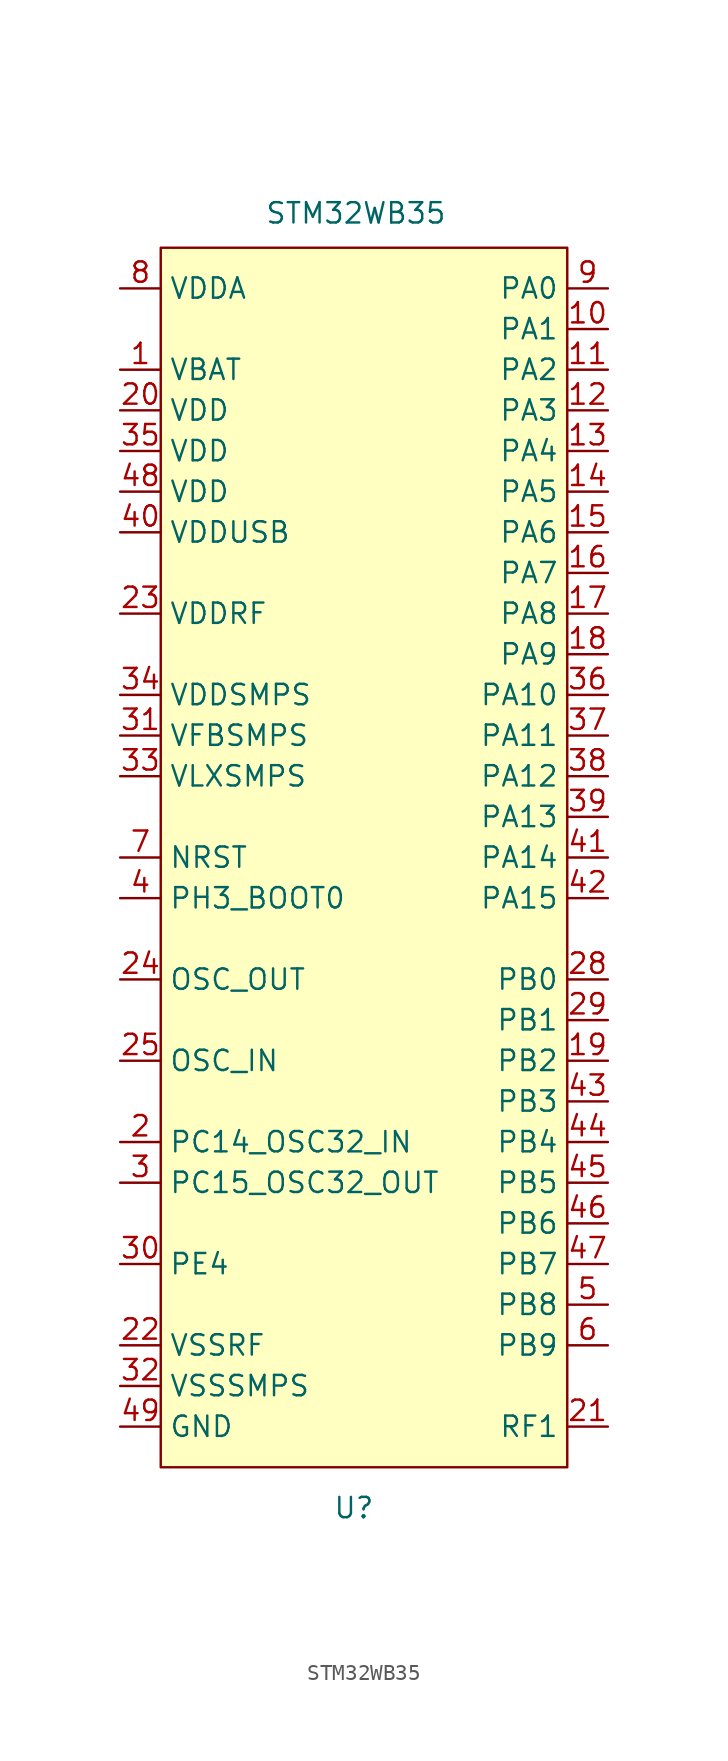
<source format=kicad_sym>
(kicad_symbol_lib
  (version 20211014)
  (generator kicad_symbol_editor)
  (symbol "STM32WB35"
    (property "Reference" "U"
      (at 0 -34.29 0)
      (effects (font (size 1.27 1.27))))
    (property "Value" "STM32WB35"
      (at 0.127 46.609 0)
      (effects (font (size 1.27 1.27))))
    (symbol "STM32WB35_0_0"
      (pin power_in line (at -14.605 36.83 0) (length 2.54) (name "VBAT" (effects (font (size 1.27 1.27)))) (number "1" (effects (font (size 1.27 1.27)))))
      (pin bidirectional line (at 15.875 39.37 180) (length 2.54) (name "PA1" (effects (font (size 1.27 1.27)))) (number "10" (effects (font (size 1.27 1.27)))))
      (pin bidirectional line (at 15.875 36.83 180) (length 2.54) (name "PA2" (effects (font (size 1.27 1.27)))) (number "11" (effects (font (size 1.27 1.27)))))
      (pin bidirectional line (at 15.875 34.29 180) (length 2.54) (name "PA3" (effects (font (size 1.27 1.27)))) (number "12" (effects (font (size 1.27 1.27)))))
      (pin bidirectional line (at 15.875 31.75 180) (length 2.54) (name "PA4" (effects (font (size 1.27 1.27)))) (number "13" (effects (font (size 1.27 1.27)))))
      (pin bidirectional line (at 15.875 29.21 180) (length 2.54) (name "PA5" (effects (font (size 1.27 1.27)))) (number "14" (effects (font (size 1.27 1.27)))))
      (pin bidirectional line (at 15.875 26.67 180) (length 2.54) (name "PA6" (effects (font (size 1.27 1.27)))) (number "15" (effects (font (size 1.27 1.27)))))
      (pin bidirectional line (at 15.875 24.13 180) (length 2.54) (name "PA7" (effects (font (size 1.27 1.27)))) (number "16" (effects (font (size 1.27 1.27)))))
      (pin bidirectional line (at 15.875 21.59 180) (length 2.54) (name "PA8" (effects (font (size 1.27 1.27)))) (number "17" (effects (font (size 1.27 1.27)))))
      (pin bidirectional line (at 15.875 19.05 180) (length 2.54) (name "PA9" (effects (font (size 1.27 1.27)))) (number "18" (effects (font (size 1.27 1.27)))))
      (pin bidirectional line (at 15.875 -6.35 180) (length 2.54) (name "PB2" (effects (font (size 1.27 1.27)))) (number "19" (effects (font (size 1.27 1.27)))))
      (pin bidirectional line (at -14.605 -11.43 0) (length 2.54) (name "PC14_OSC32_IN" (effects (font (size 1.27 1.27)))) (number "2" (effects (font (size 1.27 1.27)))))
      (pin power_in line (at -14.605 34.29 0) (length 2.54) (name "VDD" (effects (font (size 1.27 1.27)))) (number "20" (effects (font (size 1.27 1.27)))))
      (pin output line (at 15.875 -29.21 180) (length 2.54) (name "RF1" (effects (font (size 1.27 1.27)))) (number "21" (effects (font (size 1.27 1.27)))))
      (pin power_in line (at -14.605 -24.13 0) (length 2.54) (name "VSSRF" (effects (font (size 1.27 1.27)))) (number "22" (effects (font (size 1.27 1.27)))))
      (pin power_in line (at -14.605 21.59 0) (length 2.54) (name "VDDRF" (effects (font (size 1.27 1.27)))) (number "23" (effects (font (size 1.27 1.27)))))
      (pin output line (at -14.605 -1.27 0) (length 2.54) (name "OSC_OUT" (effects (font (size 1.27 1.27)))) (number "24" (effects (font (size 1.27 1.27)))))
      (pin input line (at -14.605 -6.35 0) (length 2.54) (name "OSC_IN" (effects (font (size 1.27 1.27)))) (number "25" (effects (font (size 1.27 1.27)))))
      (pin no_connect line (at -1.27 -34.29 90) (length 2.54) hide (name "AT0" (effects (font (size 1.27 1.27)))) (number "26" (effects (font (size 1.27 1.27)))))
      (pin no_connect line (at 3.175 -34.29 90) (length 2.54) hide (name "AT1" (effects (font (size 1.27 1.27)))) (number "27" (effects (font (size 1.27 1.27)))))
      (pin bidirectional line (at 15.875 -1.27 180) (length 2.54) (name "PB0" (effects (font (size 1.27 1.27)))) (number "28" (effects (font (size 1.27 1.27)))))
      (pin bidirectional line (at 15.875 -3.81 180) (length 2.54) (name "PB1" (effects (font (size 1.27 1.27)))) (number "29" (effects (font (size 1.27 1.27)))))
      (pin bidirectional line (at -14.605 -13.97 0) (length 2.54) (name "PC15_OSC32_OUT" (effects (font (size 1.27 1.27)))) (number "3" (effects (font (size 1.27 1.27)))))
      (pin bidirectional line (at -14.605 -19.05 0) (length 2.54) (name "PE4" (effects (font (size 1.27 1.27)))) (number "30" (effects (font (size 1.27 1.27)))))
      (pin power_in line (at -14.605 13.97 0) (length 2.54) (name "VFBSMPS" (effects (font (size 1.27 1.27)))) (number "31" (effects (font (size 1.27 1.27)))))
      (pin power_in line (at -14.605 -26.67 0) (length 2.54) (name "VSSSMPS" (effects (font (size 1.27 1.27)))) (number "32" (effects (font (size 1.27 1.27)))))
      (pin power_in line (at -14.605 11.43 0) (length 2.54) (name "VLXSMPS" (effects (font (size 1.27 1.27)))) (number "33" (effects (font (size 1.27 1.27)))))
      (pin power_in line (at -14.605 16.51 0) (length 2.54) (name "VDDSMPS" (effects (font (size 1.27 1.27)))) (number "34" (effects (font (size 1.27 1.27)))))
      (pin power_in line (at -14.605 31.75 0) (length 2.54) (name "VDD" (effects (font (size 1.27 1.27)))) (number "35" (effects (font (size 1.27 1.27)))))
      (pin bidirectional line (at 15.875 16.51 180) (length 2.54) (name "PA10" (effects (font (size 1.27 1.27)))) (number "36" (effects (font (size 1.27 1.27)))))
      (pin bidirectional line (at 15.875 13.97 180) (length 2.54) (name "PA11" (effects (font (size 1.27 1.27)))) (number "37" (effects (font (size 1.27 1.27)))))
      (pin bidirectional line (at 15.875 11.43 180) (length 2.54) (name "PA12" (effects (font (size 1.27 1.27)))) (number "38" (effects (font (size 1.27 1.27)))))
      (pin bidirectional line (at 15.875 8.89 180) (length 2.54) (name "PA13" (effects (font (size 1.27 1.27)))) (number "39" (effects (font (size 1.27 1.27)))))
      (pin bidirectional line (at -14.605 3.81 0) (length 2.54) (name "PH3_BOOT0" (effects (font (size 1.27 1.27)))) (number "4" (effects (font (size 1.27 1.27)))))
      (pin power_in line (at -14.605 26.67 0) (length 2.54) (name "VDDUSB" (effects (font (size 1.27 1.27)))) (number "40" (effects (font (size 1.27 1.27)))))
      (pin bidirectional line (at 15.875 6.35 180) (length 2.54) (name "PA14" (effects (font (size 1.27 1.27)))) (number "41" (effects (font (size 1.27 1.27)))))
      (pin bidirectional line (at 15.875 3.81 180) (length 2.54) (name "PA15" (effects (font (size 1.27 1.27)))) (number "42" (effects (font (size 1.27 1.27)))))
      (pin bidirectional line (at 15.875 -8.89 180) (length 2.54) (name "PB3" (effects (font (size 1.27 1.27)))) (number "43" (effects (font (size 1.27 1.27)))))
      (pin bidirectional line (at 15.875 -11.43 180) (length 2.54) (name "PB4" (effects (font (size 1.27 1.27)))) (number "44" (effects (font (size 1.27 1.27)))))
      (pin bidirectional line (at 15.875 -13.97 180) (length 2.54) (name "PB5" (effects (font (size 1.27 1.27)))) (number "45" (effects (font (size 1.27 1.27)))))
      (pin bidirectional line (at 15.875 -16.51 180) (length 2.54) (name "PB6" (effects (font (size 1.27 1.27)))) (number "46" (effects (font (size 1.27 1.27)))))
      (pin bidirectional line (at 15.875 -19.05 180) (length 2.54) (name "PB7" (effects (font (size 1.27 1.27)))) (number "47" (effects (font (size 1.27 1.27)))))
      (pin power_in line (at -14.605 29.21 0) (length 2.54) (name "VDD" (effects (font (size 1.27 1.27)))) (number "48" (effects (font (size 1.27 1.27)))))
      (pin power_in line (at -14.605 -29.21 0) (length 2.54) (name "GND" (effects (font (size 1.27 1.27)))) (number "49" (effects (font (size 1.27 1.27)))))
      (pin bidirectional line (at 15.875 -21.59 180) (length 2.54) (name "PB8" (effects (font (size 1.27 1.27)))) (number "5" (effects (font (size 1.27 1.27)))))
      (pin bidirectional line (at 15.875 -24.13 180) (length 2.54) (name "PB9" (effects (font (size 1.27 1.27)))) (number "6" (effects (font (size 1.27 1.27)))))
      (pin bidirectional line (at -14.605 6.35 0) (length 2.54) (name "NRST" (effects (font (size 1.27 1.27)))) (number "7" (effects (font (size 1.27 1.27)))))
      (pin power_in line (at -14.605 41.91 0) (length 2.54) (name "VDDA" (effects (font (size 1.27 1.27)))) (number "8" (effects (font (size 1.27 1.27)))))
      (pin bidirectional line (at 15.875 41.91 180) (length 2.54) (name "PA0" (effects (font (size 1.27 1.27)))) (number "9" (effects (font (size 1.27 1.27))))))
    (symbol "STM32WB35_0_1"
      (rectangle (start -12.065 44.45) (end 13.335 -31.75) (stroke (width 0.152) (type default) (color 0 0 0 0)) (fill (type background))))))
</source>
